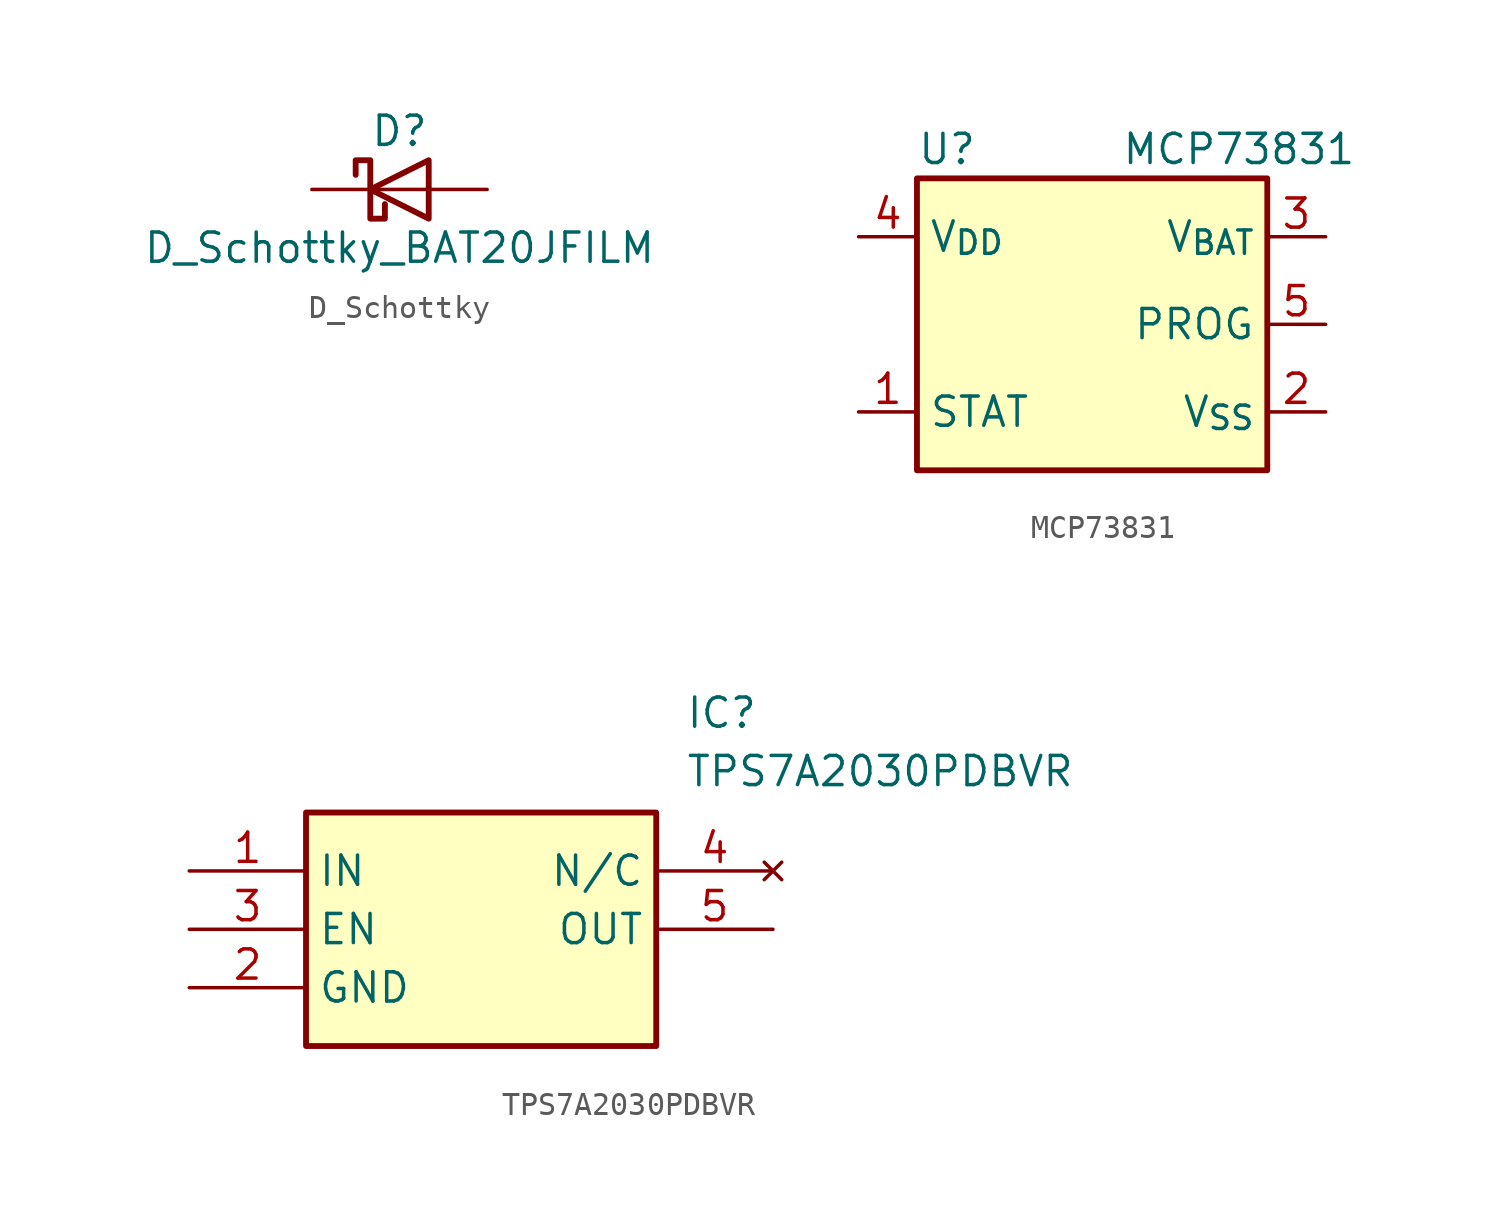
<source format=kicad_sym>
(kicad_symbol_lib
  (version 20231120)
  (generator "kicad_symbol_editor")
  (generator_version "8.0")
  (symbol "D_Schottky"
    (pin_numbers hide)
    (pin_names
      (offset 1.016) hide)
    (property "Reference" "D"
      (at 0 2.54 0)
      (effects (font (size 1.27 1.27))))
    (property "Value" "D_Schottky_BAT20JFILM"
      (at 0 -2.54 0)
      (effects (font (size 1.27 1.27))))
    (symbol "D_Schottky_0_1"
      (polyline (pts (xy 1.27 0) (xy -1.27 0)) (stroke (width 0) (type default)) (fill (type none)))
      (polyline (pts (xy 1.27 1.27) (xy 1.27 -1.27) (xy -1.27 0) (xy 1.27 1.27)) (stroke (width 0.254) (type default)) (fill (type none)))
      (polyline (pts (xy -1.905 0.635) (xy -1.905 1.27) (xy -1.27 1.27) (xy -1.27 -1.27) (xy -0.635 -1.27) (xy -0.635 -0.635)) (stroke (width 0.254) (type default)) (fill (type none))))
    (symbol "D_Schottky_1_1"
      (pin passive line (at -3.81 0 0) (length 2.54) (name "K" (effects (font (size 1.27 1.27)))) (number "1" (effects (font (size 1.27 1.27)))))
      (pin passive line (at 3.81 0 180) (length 2.54) (name "A" (effects (font (size 1.27 1.27)))) (number "2" (effects (font (size 1.27 1.27)))))))
  (symbol "MCP73831"
    (property "Reference" "U"
      (at -7.62 6.35 0)
      (effects (font (size 1.27 1.27)) (justify left)))
    (property "Value" "MCP73831"
      (at 1.27 6.35 0)
      (effects (font (size 1.27 1.27)) (justify left)))
    (symbol "MCP73831_0_1"
      (rectangle (start -7.62 5.08) (end 7.62 -7.62) (stroke (width 0.254) (type default)) (fill (type background))))
    (symbol "MCP73831_1_1"
      (pin tri_state line (at -10.16 -5.08 0) (length 2.54) (name "STAT" (effects (font (size 1.27 1.27)))) (number "1" (effects (font (size 1.27 1.27)))))
      (pin power_in line (at 10.16 -5.08 180) (length 2.54) (name "V_{SS}" (effects (font (size 1.27 1.27)))) (number "2" (effects (font (size 1.27 1.27)))))
      (pin power_out line (at 10.16 2.54 180) (length 2.54) (name "V_{BAT}" (effects (font (size 1.27 1.27)))) (number "3" (effects (font (size 1.27 1.27)))))
      (pin power_in line (at -10.16 2.54 0) (length 2.54) (name "V_{DD}" (effects (font (size 1.27 1.27)))) (number "4" (effects (font (size 1.27 1.27)))))
      (pin input line (at 10.16 -1.27 180) (length 2.54) (name "PROG" (effects (font (size 1.27 1.27)))) (number "5" (effects (font (size 1.27 1.27)))))))
  (symbol "TPS7A2030PDBVR"
    (property "Reference" "IC"
      (at 21.59 7.62 0)
      (effects (font (size 1.27 1.27)) (justify left top)))
    (property "Value" "TPS7A2030PDBVR"
      (at 21.59 5.08 0)
      (effects (font (size 1.27 1.27)) (justify left top)))
    (symbol "TPS7A2030PDBVR_1_1"
      (rectangle (start 5.08 2.54) (end 20.32 -7.62) (stroke (width 0.254) (type default)) (fill (type background)))
      (pin power_in line (at 0 0 0) (length 5.08) (name "IN" (effects (font (size 1.27 1.27)))) (number "1" (effects (font (size 1.27 1.27)))))
      (pin power_in line (at 0 -5.08 0) (length 5.08) (name "GND" (effects (font (size 1.27 1.27)))) (number "2" (effects (font (size 1.27 1.27)))))
      (pin input line (at 0 -2.54 0) (length 5.08) (name "EN" (effects (font (size 1.27 1.27)))) (number "3" (effects (font (size 1.27 1.27)))))
      (pin no_connect line (at 25.4 0 180) (length 5.08) (name "N/C" (effects (font (size 1.27 1.27)))) (number "4" (effects (font (size 1.27 1.27)))))
      (pin power_out line (at 25.4 -2.54 180) (length 5.08) (name "OUT" (effects (font (size 1.27 1.27)))) (number "5" (effects (font (size 1.27 1.27))))))))
</source>
